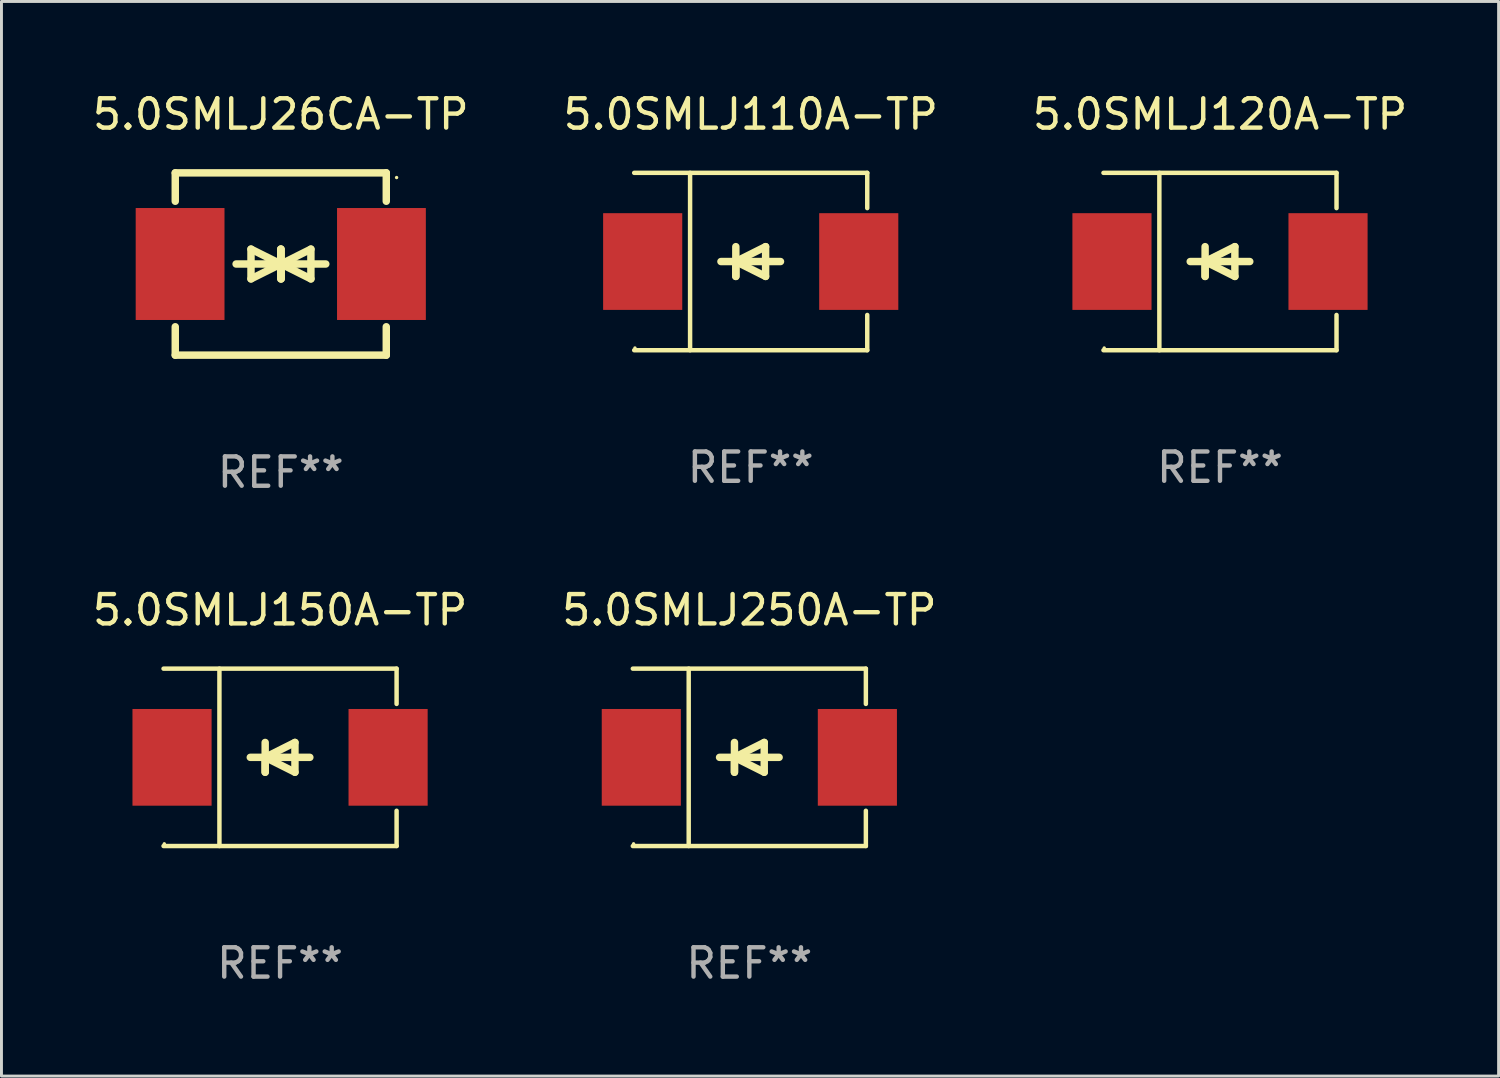
<source format=kicad_pcb>
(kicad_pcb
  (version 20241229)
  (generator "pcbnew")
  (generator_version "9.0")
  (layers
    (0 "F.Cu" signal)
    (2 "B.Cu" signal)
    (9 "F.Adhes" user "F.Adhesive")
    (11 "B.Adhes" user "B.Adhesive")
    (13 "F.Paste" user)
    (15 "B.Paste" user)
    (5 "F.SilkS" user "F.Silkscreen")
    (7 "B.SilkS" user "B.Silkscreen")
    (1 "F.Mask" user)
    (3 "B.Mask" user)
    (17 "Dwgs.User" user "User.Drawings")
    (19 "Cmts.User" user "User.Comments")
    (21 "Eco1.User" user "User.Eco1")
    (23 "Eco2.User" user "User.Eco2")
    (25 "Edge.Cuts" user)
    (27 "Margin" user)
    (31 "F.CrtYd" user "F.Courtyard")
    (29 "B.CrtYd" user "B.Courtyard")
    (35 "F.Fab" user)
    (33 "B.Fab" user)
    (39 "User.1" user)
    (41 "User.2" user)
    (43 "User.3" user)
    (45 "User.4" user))
  (footprint "5.0SMLJ120A-TP"
    (layer "F.Cu")
    (at 38.577 5.874)
    (property "Reference" "5.0SMLJ120A-TP" (at 0 -5.026 0) (layer "F.SilkS") (effects (font (size 1 1) (thickness 0.15))))
    (attr through_hole)
    (fp_line (start -3.976 -3.026) (end 3.976 -3.026) (stroke (width 0.152) (type solid)) (layer "F.SilkS"))
    (fp_line (start -3.976 3.026) (end 3.976 3.026) (stroke (width 0.152) (type solid)) (layer "F.SilkS"))
    (fp_line (start -2.069 -3.026) (end -2.069 3.026) (stroke (width 0.152) (type solid)) (layer "F.SilkS"))
    (fp_line (start -0.508 0) (end -0.508 0.508) (stroke (width 0.254) (type solid)) (layer "F.SilkS"))
    (fp_line (start -0.508 0) (end 0.508 0.508) (stroke (width 0.254) (type solid)) (layer "F.SilkS"))
    (fp_line (start -0.508 0.508) (end -0.508 -0.508) (stroke (width 0.254) (type solid)) (layer "F.SilkS"))
    (fp_line (start 0.508 -0.508) (end -0.508 0) (stroke (width 0.254) (type solid)) (layer "F.SilkS"))
    (fp_line (start 0.508 0.508) (end 0.508 -0.508) (stroke (width 0.254) (type solid)) (layer "F.SilkS"))
    (fp_line (start 1.016 0) (end -1.016 0) (stroke (width 0.254) (type solid)) (layer "F.SilkS"))
    (fp_line (start 3.976 -3.026) (end 3.976 -1.823) (stroke (width 0.152) (type solid)) (layer "F.SilkS"))
    (fp_line (start 3.976 3.026) (end 3.976 1.823) (stroke (width 0.152) (type solid)) (layer "F.SilkS"))
    (fp_circle (center -3.95 2.95) (end -3.92 2.95) (stroke (width 0.06) (type solid)) (fill no) (layer "F.SilkS"))
    (fp_text user "REF**" (at 0 7.026 0) (layer "F.Fab") (effects (font (size 1 1) (thickness 0.15))))
    (pad "1" smd rect (at -3.686 0) (size 2.7 3.3) (layers "F.Cu" "F.Mask" "F.Paste"))
    (pad "2" smd rect (at 3.686 0) (size 2.7 3.3) (layers "F.Cu" "F.Mask" "F.Paste")))
  (footprint "5.0SMLJ110A-TP"
    (layer "F.Cu")
    (at 22.565 5.874)
    (property "Reference" "5.0SMLJ110A-TP" (at 0 -5.026 0) (layer "F.SilkS") (effects (font (size 1 1) (thickness 0.15))))
    (attr through_hole)
    (fp_line (start -3.976 -3.026) (end 3.976 -3.026) (stroke (width 0.152) (type solid)) (layer "F.SilkS"))
    (fp_line (start -3.976 3.026) (end 3.976 3.026) (stroke (width 0.152) (type solid)) (layer "F.SilkS"))
    (fp_line (start -2.069 -3.026) (end -2.069 3.026) (stroke (width 0.152) (type solid)) (layer "F.SilkS"))
    (fp_line (start -0.508 0) (end -0.508 0.508) (stroke (width 0.254) (type solid)) (layer "F.SilkS"))
    (fp_line (start -0.508 0) (end 0.508 0.508) (stroke (width 0.254) (type solid)) (layer "F.SilkS"))
    (fp_line (start -0.508 0.508) (end -0.508 -0.508) (stroke (width 0.254) (type solid)) (layer "F.SilkS"))
    (fp_line (start 0.508 -0.508) (end -0.508 0) (stroke (width 0.254) (type solid)) (layer "F.SilkS"))
    (fp_line (start 0.508 0.508) (end 0.508 -0.508) (stroke (width 0.254) (type solid)) (layer "F.SilkS"))
    (fp_line (start 1.016 0) (end -1.016 0) (stroke (width 0.254) (type solid)) (layer "F.SilkS"))
    (fp_line (start 3.976 -3.026) (end 3.976 -1.823) (stroke (width 0.152) (type solid)) (layer "F.SilkS"))
    (fp_line (start 3.976 3.026) (end 3.976 1.823) (stroke (width 0.152) (type solid)) (layer "F.SilkS"))
    (fp_circle (center -3.95 2.95) (end -3.92 2.95) (stroke (width 0.06) (type solid)) (fill no) (layer "F.SilkS"))
    (fp_text user "REF**" (at 0 7.026 0) (layer "F.Fab") (effects (font (size 1 1) (thickness 0.15))))
    (pad "1" smd rect (at -3.686 0) (size 2.7 3.3) (layers "F.Cu" "F.Mask" "F.Paste"))
    (pad "2" smd rect (at 3.686 0) (size 2.7 3.3) (layers "F.Cu" "F.Mask" "F.Paste")))
  (footprint "5.0SMLJ250A-TP"
    (layer "F.Cu")
    (at 22.518 22.791)
    (property "Reference" "5.0SMLJ250A-TP" (at 0 -5.026 0) (layer "F.SilkS") (effects (font (size 1 1) (thickness 0.15))))
    (attr through_hole)
    (fp_line (start -3.976 -3.026) (end 3.976 -3.026) (stroke (width 0.152) (type solid)) (layer "F.SilkS"))
    (fp_line (start -3.976 3.026) (end 3.976 3.026) (stroke (width 0.152) (type solid)) (layer "F.SilkS"))
    (fp_line (start -2.069 -3.026) (end -2.069 3.026) (stroke (width 0.152) (type solid)) (layer "F.SilkS"))
    (fp_line (start -0.508 0) (end -0.508 0.508) (stroke (width 0.254) (type solid)) (layer "F.SilkS"))
    (fp_line (start -0.508 0) (end 0.508 0.508) (stroke (width 0.254) (type solid)) (layer "F.SilkS"))
    (fp_line (start -0.508 0.508) (end -0.508 -0.508) (stroke (width 0.254) (type solid)) (layer "F.SilkS"))
    (fp_line (start 0.508 -0.508) (end -0.508 0) (stroke (width 0.254) (type solid)) (layer "F.SilkS"))
    (fp_line (start 0.508 0.508) (end 0.508 -0.508) (stroke (width 0.254) (type solid)) (layer "F.SilkS"))
    (fp_line (start 1.016 0) (end -1.016 0) (stroke (width 0.254) (type solid)) (layer "F.SilkS"))
    (fp_line (start 3.976 -3.026) (end 3.976 -1.823) (stroke (width 0.152) (type solid)) (layer "F.SilkS"))
    (fp_line (start 3.976 3.026) (end 3.976 1.823) (stroke (width 0.152) (type solid)) (layer "F.SilkS"))
    (fp_circle (center -3.95 2.95) (end -3.92 2.95) (stroke (width 0.06) (type solid)) (fill no) (layer "F.SilkS"))
    (fp_text user "REF**" (at 0 7.026 0) (layer "F.Fab") (effects (font (size 1 1) (thickness 0.15))))
    (pad "1" smd rect (at -3.686 0) (size 2.7 3.3) (layers "F.Cu" "F.Mask" "F.Paste"))
    (pad "2" smd rect (at 3.686 0) (size 2.7 3.3) (layers "F.Cu" "F.Mask" "F.Paste")))
  (footprint "5.0SMLJ150A-TP"
    (layer "F.Cu")
    (at 6.506 22.791)
    (property "Reference" "5.0SMLJ150A-TP" (at 0 -5.026 0) (layer "F.SilkS") (effects (font (size 1 1) (thickness 0.15))))
    (attr through_hole)
    (fp_line (start -3.976 -3.026) (end 3.976 -3.026) (stroke (width 0.152) (type solid)) (layer "F.SilkS"))
    (fp_line (start -3.976 3.026) (end 3.976 3.026) (stroke (width 0.152) (type solid)) (layer "F.SilkS"))
    (fp_line (start -2.069 -3.026) (end -2.069 3.026) (stroke (width 0.152) (type solid)) (layer "F.SilkS"))
    (fp_line (start -0.508 0) (end -0.508 0.508) (stroke (width 0.254) (type solid)) (layer "F.SilkS"))
    (fp_line (start -0.508 0) (end 0.508 0.508) (stroke (width 0.254) (type solid)) (layer "F.SilkS"))
    (fp_line (start -0.508 0.508) (end -0.508 -0.508) (stroke (width 0.254) (type solid)) (layer "F.SilkS"))
    (fp_line (start 0.508 -0.508) (end -0.508 0) (stroke (width 0.254) (type solid)) (layer "F.SilkS"))
    (fp_line (start 0.508 0.508) (end 0.508 -0.508) (stroke (width 0.254) (type solid)) (layer "F.SilkS"))
    (fp_line (start 1.016 0) (end -1.016 0) (stroke (width 0.254) (type solid)) (layer "F.SilkS"))
    (fp_line (start 3.976 -3.026) (end 3.976 -1.823) (stroke (width 0.152) (type solid)) (layer "F.SilkS"))
    (fp_line (start 3.976 3.026) (end 3.976 1.823) (stroke (width 0.152) (type solid)) (layer "F.SilkS"))
    (fp_circle (center -3.95 2.95) (end -3.92 2.95) (stroke (width 0.06) (type solid)) (fill no) (layer "F.SilkS"))
    (fp_text user "REF**" (at 0 7.026 0) (layer "F.Fab") (effects (font (size 1 1) (thickness 0.15))))
    (pad "1" smd rect (at -3.686 0) (size 2.7 3.3) (layers "F.Cu" "F.Mask" "F.Paste"))
    (pad "2" smd rect (at 3.686 0) (size 2.7 3.3) (layers "F.Cu" "F.Mask" "F.Paste")))
  (footprint "5.0SMLJ26CA-TP"
    (layer "F.Cu")
    (at 6.53 5.958)
    (property "Reference" "5.0SMLJ26CA-TP" (at 0 -5.11 0) (layer "F.SilkS") (effects (font (size 1 1) (thickness 0.15))))
    (attr through_hole)
    (fp_line (start -3.6 -2.141) (end -3.6 -3.11) (stroke (width 0.254) (type solid)) (layer "F.SilkS"))
    (fp_line (start -3.6 3.11) (end -3.6 2.141) (stroke (width 0.254) (type solid)) (layer "F.SilkS"))
    (fp_line (start -1.524 0) (end 0.508 0) (stroke (width 0.254) (type solid)) (layer "F.SilkS"))
    (fp_line (start -1.016 -0.508) (end -1.016 0.508) (stroke (width 0.254) (type solid)) (layer "F.SilkS"))
    (fp_line (start -1.016 0.508) (end 0 0) (stroke (width 0.254) (type solid)) (layer "F.SilkS"))
    (fp_line (start 0 -0.508) (end 0 0.508) (stroke (width 0.254) (type solid)) (layer "F.SilkS"))
    (fp_line (start 0 0) (end -1.016 -0.508) (stroke (width 0.254) (type solid)) (layer "F.SilkS"))
    (fp_line (start 0 0) (end 0 -0.508) (stroke (width 0.254) (type solid)) (layer "F.SilkS"))
    (fp_line (start 0.012 0) (end 0.012 0.508) (stroke (width 0.254) (type solid)) (layer "F.SilkS"))
    (fp_line (start 0.012 0) (end 1.028 0.508) (stroke (width 0.254) (type solid)) (layer "F.SilkS"))
    (fp_line (start 0.012 0.508) (end 0.012 -0.508) (stroke (width 0.254) (type solid)) (layer "F.SilkS"))
    (fp_line (start 1.028 -0.508) (end 0.012 0) (stroke (width 0.254) (type solid)) (layer "F.SilkS"))
    (fp_line (start 1.028 0.508) (end 1.028 -0.508) (stroke (width 0.254) (type solid)) (layer "F.SilkS"))
    (fp_line (start 1.536 0) (end -0.496 0) (stroke (width 0.254) (type solid)) (layer "F.SilkS"))
    (fp_line (start 3.6 -3.11) (end -3.6 -3.11) (stroke (width 0.254) (type solid)) (layer "F.SilkS"))
    (fp_line (start 3.6 -2.141) (end 3.6 -3.11) (stroke (width 0.254) (type solid)) (layer "F.SilkS"))
    (fp_line (start 3.6 3.11) (end -3.6 3.11) (stroke (width 0.254) (type solid)) (layer "F.SilkS"))
    (fp_line (start 3.6 3.11) (end 3.6 2.141) (stroke (width 0.254) (type solid)) (layer "F.SilkS"))
    (fp_circle (center 3.952 -2.95) (end 3.982 -2.95) (stroke (width 0.06) (type solid)) (fill no) (layer "F.SilkS"))
    (fp_text user "REF**" (at 0 7.11 0) (layer "F.Fab") (effects (font (size 1 1) (thickness 0.15))))
    (pad "1" smd rect (at 3.435 0) (size 3.03 3.82) (layers "F.Cu" "F.Mask" "F.Paste"))
    (pad "2" smd rect (at -3.435 0) (size 3.03 3.82) (layers "F.Cu" "F.Mask" "F.Paste")))
  (gr_rect
    (start -3 -3)
    (end 48.083 33.665)
    (stroke (width 0.1) (type default))
    (fill no)
    (layer "Edge.Cuts")))
</source>
